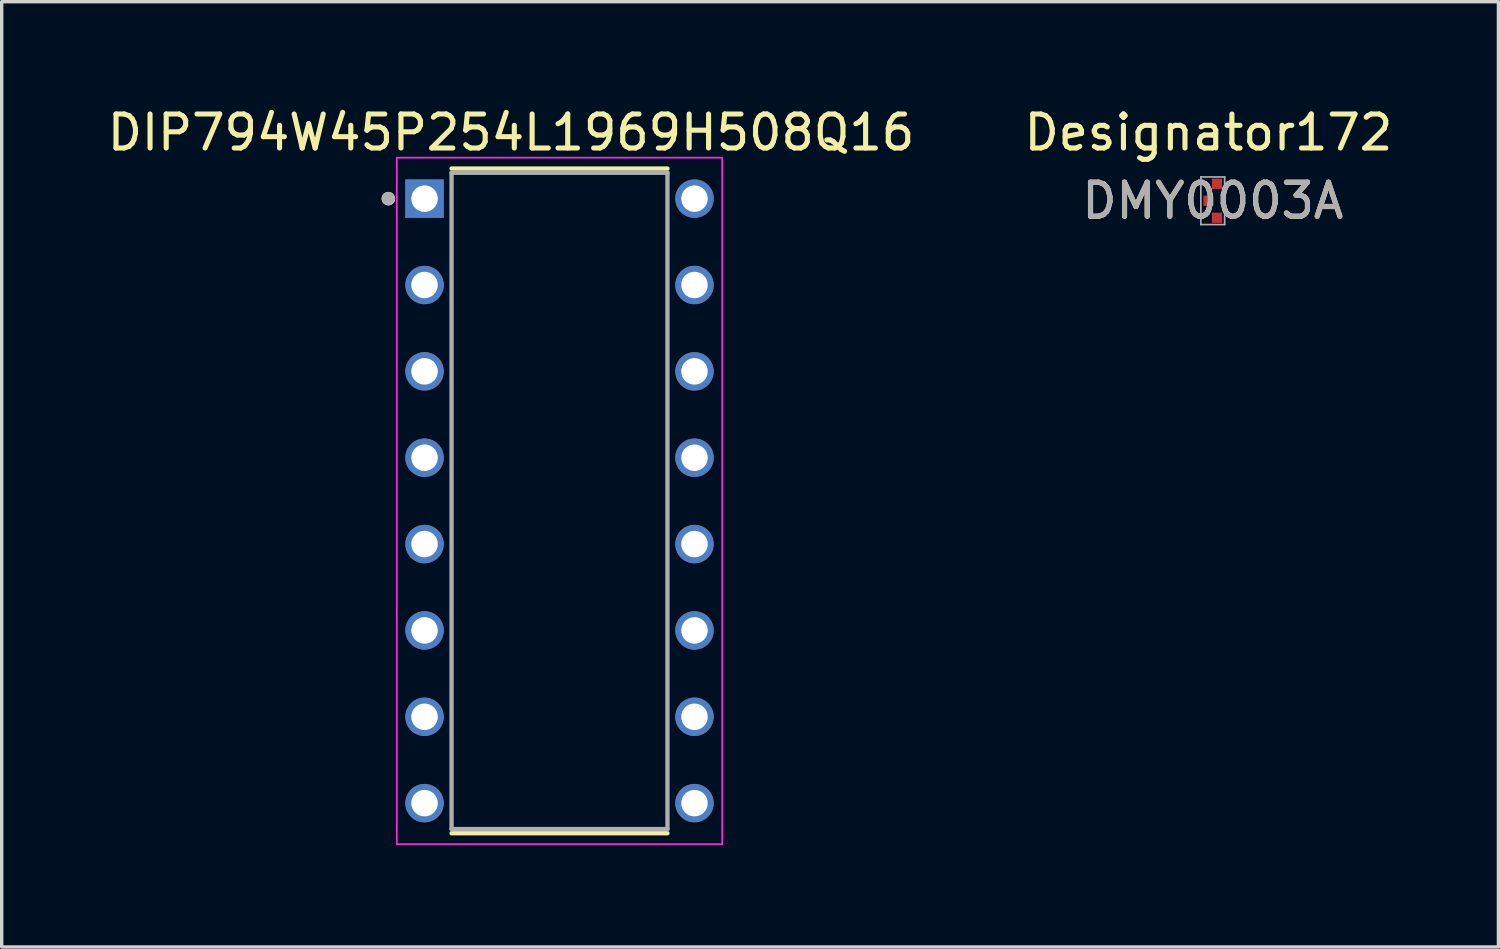
<source format=kicad_pcb>
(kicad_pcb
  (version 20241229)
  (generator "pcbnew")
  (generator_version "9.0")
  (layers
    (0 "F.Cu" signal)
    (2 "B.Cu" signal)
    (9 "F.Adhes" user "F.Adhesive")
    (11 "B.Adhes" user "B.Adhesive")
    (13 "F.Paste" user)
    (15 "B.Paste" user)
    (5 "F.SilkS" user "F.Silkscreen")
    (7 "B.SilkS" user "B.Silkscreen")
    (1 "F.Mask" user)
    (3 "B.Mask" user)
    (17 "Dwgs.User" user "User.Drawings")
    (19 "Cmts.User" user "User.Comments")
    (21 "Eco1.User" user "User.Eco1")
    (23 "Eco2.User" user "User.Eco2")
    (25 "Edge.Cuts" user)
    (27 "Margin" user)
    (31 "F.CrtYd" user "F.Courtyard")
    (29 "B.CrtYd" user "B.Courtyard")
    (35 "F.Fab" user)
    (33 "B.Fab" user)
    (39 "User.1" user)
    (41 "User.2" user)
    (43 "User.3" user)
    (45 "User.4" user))
  (footprint "DMY0003A"
    (layer "F.Cu")
    (at 32.621 2.855)
    (property "Reference" "DMY0003A" (at 0 0 0) (unlocked yes) (layer "F.SilkS") (effects (font (size 1 1) (thickness 0.15))))
    (attr smd)
    (fp_poly (pts (xy -0.23 0.055) (xy -0.23 -0.055) (xy -0.229 -0.064) (xy -0.226 -0.074) (xy -0.222 -0.083) (xy -0.215 -0.09) (xy -0.208 -0.097) (xy -0.199 -0.101) (xy -0.189 -0.104) (xy -0.18 -0.105) (xy -0.07 -0.105) (xy -0.061 -0.104) (xy -0.051 -0.101) (xy -0.042 -0.097) (xy -0.035 -0.09) (xy -0.028 -0.083) (xy -0.024 -0.074) (xy -0.021 -0.064) (xy -0.02 -0.055) (xy -0.02 0.055) (xy -0.021 0.064) (xy -0.024 0.074) (xy -0.028 0.083) (xy -0.035 0.09) (xy -0.042 0.097) (xy -0.051 0.101) (xy -0.061 0.104) (xy -0.07 0.105) (xy -0.18 0.105) (xy -0.189 0.104) (xy -0.199 0.101) (xy -0.208 0.097) (xy -0.215 0.09) (xy -0.222 0.083) (xy -0.226 0.074) (xy -0.229 0.064)) (stroke (width 0) (type solid)) (fill yes) (layer "F.Paste"))
    (fp_poly (pts (xy 0.02 -0.445) (xy 0.02 -0.555) (xy 0.021 -0.564) (xy 0.024 -0.574) (xy 0.028 -0.583) (xy 0.035 -0.59) (xy 0.042 -0.597) (xy 0.051 -0.601) (xy 0.061 -0.604) (xy 0.07 -0.605) (xy 0.18 -0.605) (xy 0.189 -0.604) (xy 0.199 -0.601) (xy 0.208 -0.597) (xy 0.215 -0.59) (xy 0.222 -0.583) (xy 0.226 -0.574) (xy 0.229 -0.564) (xy 0.23 -0.555) (xy 0.23 -0.445) (xy 0.229 -0.436) (xy 0.226 -0.426) (xy 0.222 -0.417) (xy 0.215 -0.41) (xy 0.208 -0.403) (xy 0.199 -0.399) (xy 0.189 -0.396) (xy 0.18 -0.395) (xy 0.07 -0.395) (xy 0.061 -0.396) (xy 0.051 -0.399) (xy 0.042 -0.403) (xy 0.035 -0.41) (xy 0.028 -0.417) (xy 0.024 -0.426) (xy 0.021 -0.436)) (stroke (width 0) (type solid)) (fill yes) (layer "F.Paste"))
    (fp_poly (pts (xy 0.02 0.555) (xy 0.02 0.445) (xy 0.021 0.436) (xy 0.024 0.426) (xy 0.028 0.417) (xy 0.035 0.41) (xy 0.042 0.403) (xy 0.051 0.399) (xy 0.061 0.396) (xy 0.07 0.395) (xy 0.18 0.395) (xy 0.189 0.396) (xy 0.199 0.399) (xy 0.208 0.403) (xy 0.215 0.41) (xy 0.222 0.417) (xy 0.226 0.426) (xy 0.229 0.436) (xy 0.23 0.445) (xy 0.23 0.555) (xy 0.229 0.564) (xy 0.226 0.574) (xy 0.222 0.583) (xy 0.215 0.59) (xy 0.208 0.597) (xy 0.199 0.601) (xy 0.189 0.604) (xy 0.18 0.605) (xy 0.07 0.605) (xy 0.061 0.604) (xy 0.051 0.601) (xy 0.042 0.597) (xy 0.035 0.59) (xy 0.028 0.583) (xy 0.024 0.574) (xy 0.021 0.564)) (stroke (width 0) (type solid)) (fill yes) (layer "F.Paste"))
    (fp_line (start -0.35 -0.7) (end 0.35 -0.7) (stroke (width 0.05) (type solid)) (layer "F.Fab"))
    (fp_line (start -0.35 0.7) (end -0.35 -0.7) (stroke (width 0.05) (type solid)) (layer "F.Fab"))
    (fp_line (start -0.35 0.7) (end 0.35 0.7) (stroke (width 0.05) (type solid)) (layer "F.Fab"))
    (fp_line (start 0.35 0.7) (end 0.35 -0.7) (stroke (width 0.05) (type solid)) (layer "F.Fab"))
    (fp_text user "Designator172" (at -0.127 -2.007 0) (unlocked yes) (layer "F.SilkS") (effects (font (size 1 1) (thickness 0.15))))
    (fp_text user "${REFERENCE}" (at 0 0 0) (unlocked yes) (layer "F.Fab") (effects (font (size 1 1) (thickness 0.15))))
    (pad "1" smd rect (at -0.125 0) (size 0.3 0.3) (layers "F.Cu" "F.Mask"))
    (pad "2" smd rect (at 0.125 0.5) (size 0.3 0.3) (layers "F.Cu" "F.Mask"))
    (pad "3" smd rect (at 0.125 -0.5) (size 0.3 0.3) (layers "F.Cu" "F.Mask")))
  (footprint "DIP794W45P254L1969H508Q16"
    (layer "F.Cu")
    (at 13.407 11.683)
    (property "Reference" "DIP794W45P254L1969H508Q16" (at -1.425 -10.835 0) (layer "F.SilkS") (effects (font (size 1 1) (thickness 0.15))))
    (attr through_hole)
    (fp_line (start -3.175 -9.775) (end 3.175 -9.775) (stroke (width 0.127) (type solid)) (layer "F.SilkS"))
    (fp_line (start -3.175 9.775) (end 3.175 9.775) (stroke (width 0.127) (type solid)) (layer "F.SilkS"))
    (fp_circle (center -5.035 -8.89) (end -4.935 -8.89) (stroke (width 0.2) (type solid)) (fill no) (layer "F.SilkS"))
    (fp_line (start -4.785 -10.095) (end -4.785 10.095) (stroke (width 0.05) (type solid)) (layer "F.CrtYd"))
    (fp_line (start 4.785 -10.095) (end -4.785 -10.095) (stroke (width 0.05) (type solid)) (layer "F.CrtYd"))
    (fp_line (start 4.785 -10.095) (end 4.785 10.095) (stroke (width 0.05) (type solid)) (layer "F.CrtYd"))
    (fp_line (start 4.785 10.095) (end -4.785 10.095) (stroke (width 0.05) (type solid)) (layer "F.CrtYd"))
    (fp_line (start -3.175 -9.652) (end -3.175 9.652) (stroke (width 0.127) (type solid)) (layer "F.Fab"))
    (fp_line (start -3.175 -9.652) (end 3.175 -9.652) (stroke (width 0.127) (type solid)) (layer "F.Fab"))
    (fp_line (start -3.175 9.652) (end 3.175 9.652) (stroke (width 0.127) (type solid)) (layer "F.Fab"))
    (fp_line (start 3.175 -9.652) (end 3.175 9.652) (stroke (width 0.127) (type solid)) (layer "F.Fab"))
    (fp_circle (center -5.035 -8.89) (end -4.935 -8.89) (stroke (width 0.2) (type solid)) (fill no) (layer "F.Fab"))
    (pad "1" thru_hole rect (at -3.97 -8.89) (size 1.13 1.13) (drill 0.78) (layers "*.Cu" "*.Mask"))
    (pad "2" thru_hole circle (at -3.97 -6.35) (size 1.13 1.13) (drill 0.78) (layers "*.Cu" "*.Mask"))
    (pad "3" thru_hole circle (at -3.97 -3.81) (size 1.13 1.13) (drill 0.78) (layers "*.Cu" "*.Mask"))
    (pad "4" thru_hole circle (at -3.97 -1.27) (size 1.13 1.13) (drill 0.78) (layers "*.Cu" "*.Mask"))
    (pad "5" thru_hole circle (at -3.97 1.27) (size 1.13 1.13) (drill 0.78) (layers "*.Cu" "*.Mask"))
    (pad "6" thru_hole circle (at -3.97 3.81) (size 1.13 1.13) (drill 0.78) (layers "*.Cu" "*.Mask"))
    (pad "7" thru_hole circle (at -3.97 6.35) (size 1.13 1.13) (drill 0.78) (layers "*.Cu" "*.Mask"))
    (pad "8" thru_hole circle (at -3.97 8.89) (size 1.13 1.13) (drill 0.78) (layers "*.Cu" "*.Mask"))
    (pad "9" thru_hole circle (at 3.97 8.89) (size 1.13 1.13) (drill 0.78) (layers "*.Cu" "*.Mask"))
    (pad "10" thru_hole circle (at 3.97 6.35) (size 1.13 1.13) (drill 0.78) (layers "*.Cu" "*.Mask"))
    (pad "11" thru_hole circle (at 3.97 3.81) (size 1.13 1.13) (drill 0.78) (layers "*.Cu" "*.Mask"))
    (pad "12" thru_hole circle (at 3.97 1.27) (size 1.13 1.13) (drill 0.78) (layers "*.Cu" "*.Mask"))
    (pad "13" thru_hole circle (at 3.97 -1.27) (size 1.13 1.13) (drill 0.78) (layers "*.Cu" "*.Mask"))
    (pad "14" thru_hole circle (at 3.97 -3.81) (size 1.13 1.13) (drill 0.78) (layers "*.Cu" "*.Mask"))
    (pad "15" thru_hole circle (at 3.97 -6.35) (size 1.13 1.13) (drill 0.78) (layers "*.Cu" "*.Mask"))
    (pad "16" thru_hole circle (at 3.97 -8.89) (size 1.13 1.13) (drill 0.78) (layers "*.Cu" "*.Mask")))
  (gr_rect
    (start -3 -3)
    (end 41.024 24.803)
    (stroke (width 0.1) (type default))
    (fill no)
    (layer "Edge.Cuts")))
</source>
